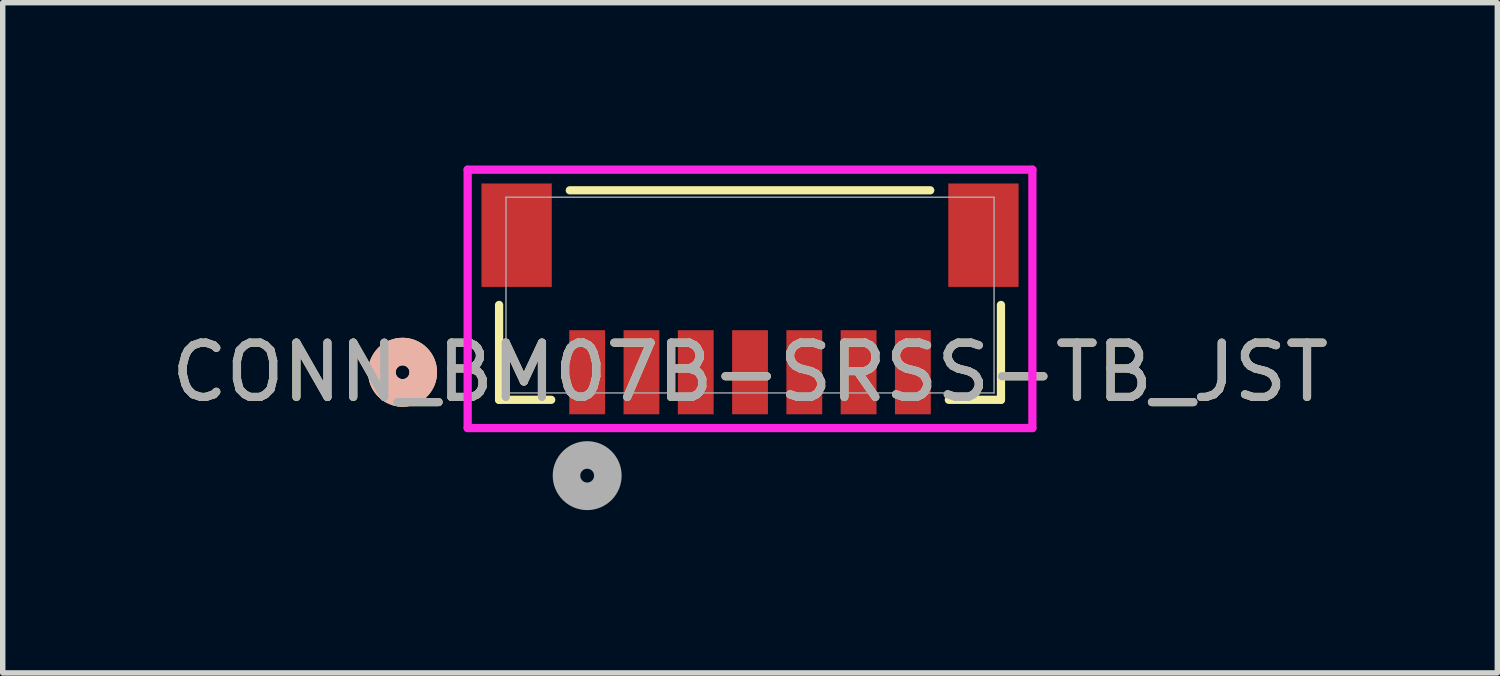
<source format=kicad_pcb>
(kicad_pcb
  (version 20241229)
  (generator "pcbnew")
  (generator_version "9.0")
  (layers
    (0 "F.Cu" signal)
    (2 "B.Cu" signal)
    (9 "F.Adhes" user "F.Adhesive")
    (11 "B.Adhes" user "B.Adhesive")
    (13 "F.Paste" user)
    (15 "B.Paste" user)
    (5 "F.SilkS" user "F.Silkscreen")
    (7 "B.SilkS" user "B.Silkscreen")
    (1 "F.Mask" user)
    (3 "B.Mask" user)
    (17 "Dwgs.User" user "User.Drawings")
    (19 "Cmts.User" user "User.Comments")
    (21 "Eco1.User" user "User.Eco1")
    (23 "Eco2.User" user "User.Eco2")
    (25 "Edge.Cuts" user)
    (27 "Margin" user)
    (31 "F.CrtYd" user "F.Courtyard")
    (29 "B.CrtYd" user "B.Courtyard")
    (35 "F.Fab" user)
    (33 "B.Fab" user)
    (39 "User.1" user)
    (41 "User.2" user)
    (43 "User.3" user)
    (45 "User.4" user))
  (footprint "CONN_BM07B-SRSS-TB_JST"
    (layer "F.Cu")
    (at 10.768 2.386)
    (property "Reference" "CONN_BM07B-SRSS-TB_JST" (at 0 1.422 0) (unlocked yes) (layer "F.SilkS") (effects (font (size 1 1) (thickness 0.15))))
    (attr smd)
    (fp_line (start -4.623 0.182) (end -4.623 1.93) (stroke (width 0.152) (type solid)) (layer "F.SilkS"))
    (fp_line (start -4.623 1.93) (end -3.663 1.93) (stroke (width 0.152) (type solid)) (layer "F.SilkS"))
    (fp_line (start 3.32 -1.93) (end -3.32 -1.93) (stroke (width 0.152) (type solid)) (layer "F.SilkS"))
    (fp_line (start 3.663 1.93) (end 4.623 1.93) (stroke (width 0.152) (type solid)) (layer "F.SilkS"))
    (fp_line (start 4.623 1.93) (end 4.623 0.182) (stroke (width 0.152) (type solid)) (layer "F.SilkS"))
    (fp_circle (center -6.401 1.422) (end -6.02 1.422) (stroke (width 0.508) (type solid)) (fill no) (layer "F.SilkS"))
    (fp_circle (center -6.401 1.422) (end -6.02 1.422) (stroke (width 0.508) (type solid)) (fill no) (layer "B.SilkS"))
    (fp_line (start -5.202 -2.31) (end -5.202 2.45) (stroke (width 0.152) (type solid)) (layer "F.CrtYd"))
    (fp_line (start -5.202 2.45) (end 5.202 2.45) (stroke (width 0.152) (type solid)) (layer "F.CrtYd"))
    (fp_line (start 5.202 -2.31) (end -5.202 -2.31) (stroke (width 0.152) (type solid)) (layer "F.CrtYd"))
    (fp_line (start 5.202 2.45) (end 5.202 -2.31) (stroke (width 0.152) (type solid)) (layer "F.CrtYd"))
    (fp_line (start -4.496 -1.803) (end -4.496 1.803) (stroke (width 0.025) (type solid)) (layer "F.Fab"))
    (fp_line (start -4.496 1.803) (end 4.496 1.803) (stroke (width 0.025) (type solid)) (layer "F.Fab"))
    (fp_line (start 4.496 -1.803) (end -4.496 -1.803) (stroke (width 0.025) (type solid)) (layer "F.Fab"))
    (fp_line (start 4.496 1.803) (end 4.496 -1.803) (stroke (width 0.025) (type solid)) (layer "F.Fab"))
    (fp_circle (center -3 3.327) (end -2.619 3.327) (stroke (width 0.508) (type solid)) (fill no) (layer "F.Fab"))
    (fp_text user "${REFERENCE}" (at 0 1.422 0) (unlocked yes) (layer "F.Fab") (effects (font (size 1 1) (thickness 0.15))))
    (pad "1" smd rect (at -3 1.422) (size 0.66 1.549) (layers "F.Cu" "F.Mask" "F.Paste"))
    (pad "2" smd rect (at -2 1.422) (size 0.66 1.549) (layers "F.Cu" "F.Mask" "F.Paste"))
    (pad "3" smd rect (at -1 1.422) (size 0.66 1.549) (layers "F.Cu" "F.Mask" "F.Paste"))
    (pad "4" smd rect (at 0 1.422) (size 0.66 1.549) (layers "F.Cu" "F.Mask" "F.Paste"))
    (pad "5" smd rect (at 1 1.422) (size 0.66 1.549) (layers "F.Cu" "F.Mask" "F.Paste"))
    (pad "6" smd rect (at 2 1.422) (size 0.66 1.549) (layers "F.Cu" "F.Mask" "F.Paste"))
    (pad "7" smd rect (at 3 1.422) (size 0.66 1.549) (layers "F.Cu" "F.Mask" "F.Paste"))
    (pad "8" smd rect (at -4.3 -1.103) (size 1.295 1.905) (layers "F.Cu" "F.Mask" "F.Paste"))
    (pad "9" smd rect (at 4.3 -1.103) (size 1.295 1.905) (layers "F.Cu" "F.Mask" "F.Paste")))
  (gr_rect
    (start -3 -3)
    (end 24.536 9.348)
    (stroke (width 0.1) (type default))
    (fill no)
    (layer "Edge.Cuts")))
</source>
